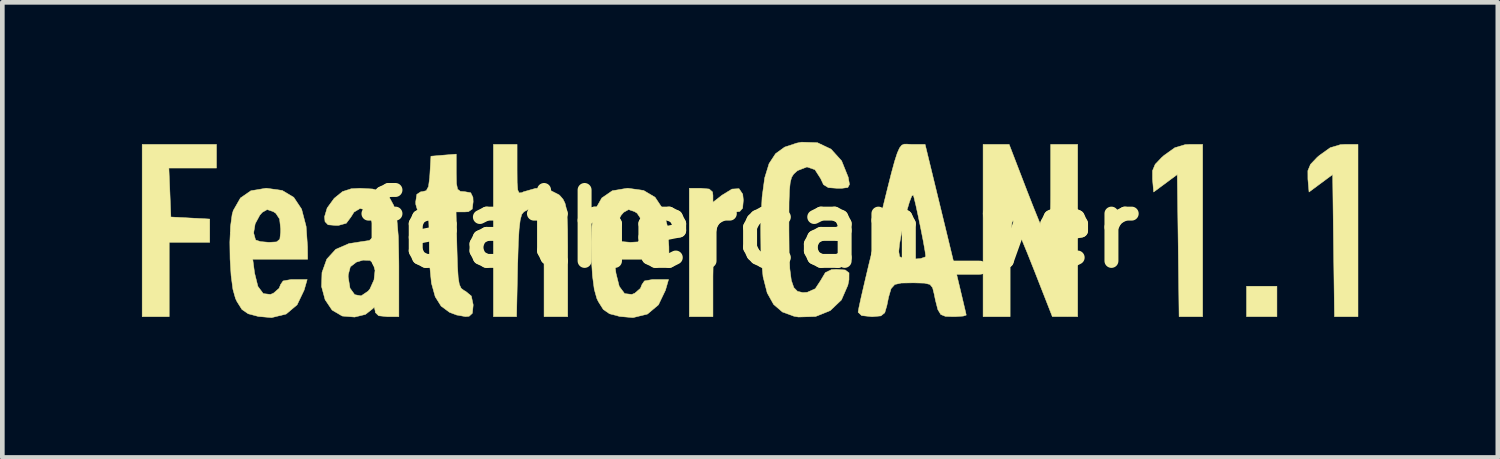
<source format=kicad_pcb>
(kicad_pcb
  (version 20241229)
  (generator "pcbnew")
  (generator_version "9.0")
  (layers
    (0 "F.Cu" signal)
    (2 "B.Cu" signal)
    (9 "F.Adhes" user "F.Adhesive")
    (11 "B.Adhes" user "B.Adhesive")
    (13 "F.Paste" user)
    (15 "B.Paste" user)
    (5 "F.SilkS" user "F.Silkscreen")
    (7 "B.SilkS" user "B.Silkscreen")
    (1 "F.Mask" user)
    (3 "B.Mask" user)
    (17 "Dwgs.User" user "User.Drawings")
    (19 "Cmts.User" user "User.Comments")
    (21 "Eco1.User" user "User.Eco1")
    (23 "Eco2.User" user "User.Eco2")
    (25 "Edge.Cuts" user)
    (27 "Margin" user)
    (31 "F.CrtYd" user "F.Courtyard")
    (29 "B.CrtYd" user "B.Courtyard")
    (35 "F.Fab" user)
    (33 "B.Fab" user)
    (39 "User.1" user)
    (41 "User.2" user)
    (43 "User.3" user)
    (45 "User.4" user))
  (footprint "feathercan_ver"
    (layer "F.Cu")
    (at 13.068 1.867)
    (property "Reference" "feathercan_ver" (at 0 0 0) (layer "F.SilkS") (effects (font (size 1.524 1.524) (thickness 0.3))))
    (attr through_hole)
    (fp_poly (pts (xy 11.321 1.887) (xy 10.668 1.887) (xy 10.668 1.234) (xy 11.321 1.234) (xy 11.321 1.887)) (stroke (width 0.01) (type solid)) (fill yes) (layer "F.SilkS"))
    (fp_poly (pts (xy -11.466 -1.306) (xy -12.489 -1.306) (xy -12.467 -0.78) (xy -12.446 -0.254) (xy -12.029 -0.232) (xy -11.611 -0.21) (xy -11.611 0.29) (xy -12.482 0.29) (xy -12.482 1.887) (xy -13.063 1.887) (xy -13.063 -1.814) (xy -11.466 -1.814) (xy -11.466 -1.306)) (stroke (width 0.01) (type solid)) (fill yes) (layer "F.SilkS"))
    (fp_poly (pts (xy 9.725 1.887) (xy 9.219 1.887) (xy 9.2 0.36) (xy 9.18 -1.167) (xy 8.926 -0.979) (xy 8.672 -0.791) (xy 8.648 -1.067) (xy 8.648 -1.249) (xy 8.705 -1.386) (xy 8.847 -1.535) (xy 8.896 -1.578) (xy 9.127 -1.743) (xy 9.349 -1.809) (xy 9.446 -1.814) (xy 9.725 -1.814) (xy 9.725 1.887)) (stroke (width 0.01) (type solid)) (fill yes) (layer "F.SilkS"))
    (fp_poly (pts (xy 13.063 1.887) (xy 12.558 1.887) (xy 12.538 0.36) (xy 12.519 -1.167) (xy 12.265 -0.979) (xy 12.011 -0.791) (xy 11.987 -1.067) (xy 11.986 -1.249) (xy 12.043 -1.386) (xy 12.185 -1.535) (xy 12.235 -1.578) (xy 12.466 -1.743) (xy 12.687 -1.809) (xy 12.785 -1.814) (xy 13.063 -1.814) (xy 13.063 1.887)) (stroke (width 0.01) (type solid)) (fill yes) (layer "F.SilkS"))
    (fp_poly (pts (xy -0.878 -0.855) (xy -0.807 -0.792) (xy -0.798 -0.72) (xy -0.798 -0.57) (xy -0.607 -0.72) (xy -0.389 -0.854) (xy -0.238 -0.863) (xy -0.158 -0.745) (xy -0.145 -0.617) (xy -0.16 -0.444) (xy -0.222 -0.373) (xy -0.308 -0.362) (xy -0.484 -0.335) (xy -0.613 -0.247) (xy -0.704 -0.081) (xy -0.761 0.179) (xy -0.79 0.552) (xy -0.798 1.021) (xy -0.798 1.887) (xy -1.306 1.887) (xy -1.306 -0.871) (xy -1.052 -0.871) (xy -0.878 -0.855)) (stroke (width 0.01) (type solid)) (fill yes) (layer "F.SilkS"))
    (fp_poly (pts (xy 5.951 -0.816) (xy 6.091 -0.459) (xy 6.217 -0.148) (xy 6.318 0.089) (xy 6.383 0.228) (xy 6.397 0.25) (xy 6.419 0.207) (xy 6.437 0.042) (xy 6.451 -0.224) (xy 6.458 -0.568) (xy 6.459 -0.747) (xy 6.459 -1.814) (xy 7.039 -1.814) (xy 7.039 1.887) (xy 6.767 1.886) (xy 6.495 1.886) (xy 6.104 0.888) (xy 5.962 0.531) (xy 5.834 0.221) (xy 5.731 -0.016) (xy 5.665 -0.155) (xy 5.65 -0.178) (xy 5.628 -0.135) (xy 5.609 0.031) (xy 5.596 0.3) (xy 5.589 0.65) (xy 5.588 0.82) (xy 5.588 1.887) (xy 5.007 1.887) (xy 5.007 -1.814) (xy 5.567 -1.814) (xy 5.951 -0.816)) (stroke (width 0.01) (type solid)) (fill yes) (layer "F.SilkS"))
    (fp_poly (pts (xy -5.007 -1.267) (xy -5.005 -0.992) (xy -4.993 -0.835) (xy -4.963 -0.772) (xy -4.908 -0.776) (xy -4.867 -0.796) (xy -4.606 -0.87) (xy -4.332 -0.846) (xy -4.106 -0.731) (xy -4.077 -0.703) (xy -4.018 -0.633) (xy -3.977 -0.55) (xy -3.948 -0.432) (xy -3.931 -0.254) (xy -3.922 0.007) (xy -3.919 0.374) (xy -3.919 0.676) (xy -3.919 1.887) (xy -4.427 1.887) (xy -4.427 0.84) (xy -4.43 0.411) (xy -4.439 0.104) (xy -4.458 -0.104) (xy -4.489 -0.235) (xy -4.533 -0.313) (xy -4.541 -0.321) (xy -4.666 -0.42) (xy -4.78 -0.411) (xy -4.862 -0.365) (xy -4.907 -0.309) (xy -4.939 -0.193) (xy -4.963 0.004) (xy -4.98 0.302) (xy -4.993 0.722) (xy -4.995 0.795) (xy -5.018 1.887) (xy -5.515 1.887) (xy -5.515 -1.814) (xy -5.007 -1.814) (xy -5.007 -1.267)) (stroke (width 0.01) (type solid)) (fill yes) (layer "F.SilkS"))
    (fp_poly (pts (xy -6.314 -1.202) (xy -6.309 -0.972) (xy -6.285 -0.851) (xy -6.225 -0.805) (xy -6.132 -0.798) (xy -6.003 -0.775) (xy -5.955 -0.675) (xy -5.951 -0.581) (xy -5.97 -0.425) (xy -6.053 -0.368) (xy -6.135 -0.363) (xy -6.318 -0.363) (xy -6.298 0.454) (xy -6.287 0.809) (xy -6.272 1.047) (xy -6.248 1.194) (xy -6.209 1.278) (xy -6.148 1.325) (xy -6.114 1.342) (xy -5.99 1.444) (xy -5.951 1.628) (xy -5.951 1.65) (xy -5.968 1.815) (xy -6.038 1.879) (xy -6.114 1.886) (xy -6.306 1.852) (xy -6.459 1.794) (xy -6.639 1.661) (xy -6.766 1.459) (xy -6.847 1.167) (xy -6.887 0.765) (xy -6.894 0.417) (xy -6.896 0.073) (xy -6.904 -0.152) (xy -6.924 -0.283) (xy -6.96 -0.344) (xy -7.017 -0.362) (xy -7.039 -0.363) (xy -7.146 -0.397) (xy -7.183 -0.524) (xy -7.185 -0.581) (xy -7.161 -0.741) (xy -7.076 -0.796) (xy -7.043 -0.798) (xy -6.958 -0.82) (xy -6.91 -0.909) (xy -6.885 -1.099) (xy -6.88 -1.179) (xy -6.858 -1.56) (xy -6.586 -1.583) (xy -6.314 -1.605) (xy -6.314 -1.202)) (stroke (width 0.01) (type solid)) (fill yes) (layer "F.SilkS"))
    (fp_poly (pts (xy -10.052 -0.824) (xy -9.806 -0.677) (xy -9.637 -0.423) (xy -9.54 -0.052) (xy -9.51 0.381) (xy -9.507 0.653) (xy -10.687 0.653) (xy -10.647 0.953) (xy -10.576 1.238) (xy -10.461 1.392) (xy -10.306 1.41) (xy -10.241 1.383) (xy -10.121 1.279) (xy -10.087 1.195) (xy -10.035 1.12) (xy -9.866 1.09) (xy -9.802 1.089) (xy -9.517 1.089) (xy -9.583 1.318) (xy -9.734 1.633) (xy -9.969 1.831) (xy -10.282 1.908) (xy -10.566 1.883) (xy -10.785 1.825) (xy -10.919 1.733) (xy -11.026 1.563) (xy -11.058 1.496) (xy -11.113 1.3) (xy -11.152 1.004) (xy -11.174 0.652) (xy -11.179 0.286) (xy -11.17 0.088) (xy -10.668 0.088) (xy -10.628 0.233) (xy -10.62 0.242) (xy -10.52 0.275) (xy -10.344 0.29) (xy -10.329 0.29) (xy -10.174 0.281) (xy -10.105 0.223) (xy -10.088 0.077) (xy -10.087 0.003) (xy -10.11 -0.211) (xy -10.191 -0.334) (xy -10.246 -0.37) (xy -10.376 -0.414) (xy -10.481 -0.355) (xy -10.536 -0.292) (xy -10.635 -0.108) (xy -10.668 0.088) (xy -11.17 0.088) (xy -11.165 -0.048) (xy -11.13 -0.307) (xy -11.106 -0.392) (xy -10.951 -0.663) (xy -10.727 -0.818) (xy -10.409 -0.871) (xy -10.382 -0.871) (xy -10.052 -0.824)) (stroke (width 0.01) (type solid)) (fill yes) (layer "F.SilkS"))
    (fp_poly (pts (xy -2.287 -0.824) (xy -2.041 -0.677) (xy -1.872 -0.423) (xy -1.775 -0.052) (xy -1.745 0.381) (xy -1.742 0.653) (xy -2.922 0.653) (xy -2.882 0.953) (xy -2.811 1.238) (xy -2.696 1.392) (xy -2.541 1.41) (xy -2.476 1.383) (xy -2.356 1.279) (xy -2.322 1.195) (xy -2.27 1.12) (xy -2.101 1.09) (xy -2.037 1.089) (xy -1.752 1.089) (xy -1.818 1.318) (xy -1.969 1.633) (xy -2.204 1.831) (xy -2.516 1.908) (xy -2.801 1.883) (xy -3.02 1.825) (xy -3.154 1.733) (xy -3.261 1.563) (xy -3.293 1.496) (xy -3.348 1.3) (xy -3.387 1.004) (xy -3.409 0.652) (xy -3.414 0.286) (xy -3.405 0.088) (xy -2.903 0.088) (xy -2.863 0.233) (xy -2.854 0.242) (xy -2.755 0.275) (xy -2.579 0.29) (xy -2.564 0.29) (xy -2.409 0.281) (xy -2.34 0.223) (xy -2.323 0.077) (xy -2.322 0.003) (xy -2.345 -0.211) (xy -2.426 -0.334) (xy -2.481 -0.37) (xy -2.611 -0.414) (xy -2.716 -0.355) (xy -2.771 -0.292) (xy -2.869 -0.108) (xy -2.903 0.088) (xy -3.405 0.088) (xy -3.399 -0.048) (xy -3.365 -0.307) (xy -3.341 -0.392) (xy -3.186 -0.663) (xy -2.961 -0.818) (xy -2.644 -0.871) (xy -2.617 -0.871) (xy -2.287 -0.824)) (stroke (width 0.01) (type solid)) (fill yes) (layer "F.SilkS"))
    (fp_poly (pts (xy 1.447 -1.851) (xy 1.74 -1.712) (xy 1.967 -1.461) (xy 2.107 -1.114) (xy 2.109 -1.107) (xy 2.136 -0.955) (xy 2.101 -0.888) (xy 1.971 -0.871) (xy 1.875 -0.871) (xy 1.682 -0.885) (xy 1.578 -0.949) (xy 1.516 -1.081) (xy 1.394 -1.271) (xy 1.222 -1.33) (xy 1.022 -1.252) (xy 0.998 -1.233) (xy 0.936 -1.176) (xy 0.892 -1.106) (xy 0.863 -0.998) (xy 0.846 -0.829) (xy 0.837 -0.574) (xy 0.835 -0.211) (xy 0.835 0.019) (xy 0.839 0.503) (xy 0.854 0.86) (xy 0.886 1.107) (xy 0.94 1.263) (xy 1.02 1.344) (xy 1.133 1.37) (xy 1.228 1.364) (xy 1.401 1.287) (xy 1.519 1.107) (xy 1.617 0.941) (xy 1.749 0.877) (xy 1.852 0.871) (xy 2.044 0.884) (xy 2.126 0.947) (xy 2.125 1.095) (xy 2.101 1.212) (xy 1.963 1.528) (xy 1.723 1.757) (xy 1.407 1.884) (xy 1.039 1.895) (xy 0.945 1.879) (xy 0.696 1.788) (xy 0.506 1.625) (xy 0.368 1.377) (xy 0.279 1.029) (xy 0.234 0.569) (xy 0.228 -0.016) (xy 0.231 -0.141) (xy 0.258 -0.681) (xy 0.314 -1.095) (xy 0.408 -1.401) (xy 0.548 -1.615) (xy 0.743 -1.756) (xy 1.003 -1.842) (xy 1.108 -1.862) (xy 1.447 -1.851)) (stroke (width 0.01) (type solid)) (fill yes) (layer "F.SilkS"))
    (fp_poly (pts (xy -8.113 -0.856) (xy -7.907 -0.8) (xy -7.757 -0.685) (xy -7.655 -0.497) (xy -7.591 -0.217) (xy -7.558 0.172) (xy -7.548 0.685) (xy -7.547 0.795) (xy -7.547 1.887) (xy -7.801 1.887) (xy -7.981 1.868) (xy -8.052 1.8) (xy -8.057 1.76) (xy -8.075 1.684) (xy -8.112 1.719) (xy -8.265 1.839) (xy -8.498 1.896) (xy -8.757 1.875) (xy -8.768 1.872) (xy -8.982 1.746) (xy -9.132 1.523) (xy -9.208 1.241) (xy -9.202 1.036) (xy -8.636 1.036) (xy -8.597 1.276) (xy -8.496 1.415) (xy -8.358 1.441) (xy -8.207 1.339) (xy -8.168 1.29) (xy -8.081 1.097) (xy -8.059 0.894) (xy -8.103 0.735) (xy -8.169 0.678) (xy -8.318 0.673) (xy -8.459 0.715) (xy -8.59 0.816) (xy -8.635 0.987) (xy -8.636 1.036) (xy -9.202 1.036) (xy -9.199 0.939) (xy -9.097 0.654) (xy -9.094 0.649) (xy -8.904 0.441) (xy -8.619 0.317) (xy -8.346 0.275) (xy -8.181 0.251) (xy -8.112 0.187) (xy -8.099 0.037) (xy -8.101 -0.026) (xy -8.147 -0.258) (xy -8.25 -0.399) (xy -8.381 -0.438) (xy -8.511 -0.359) (xy -8.577 -0.254) (xy -8.677 -0.12) (xy -8.843 -0.074) (xy -8.902 -0.073) (xy -9.068 -0.087) (xy -9.134 -0.154) (xy -9.144 -0.26) (xy -9.088 -0.447) (xy -8.943 -0.647) (xy -8.932 -0.659) (xy -8.758 -0.8) (xy -8.571 -0.861) (xy -8.383 -0.871) (xy -8.113 -0.856)) (stroke (width 0.01) (type solid)) (fill yes) (layer "F.SilkS"))
    (fp_poly (pts (xy 3.449 -1.815) (xy 3.48 -1.814) (xy 3.761 -1.814) (xy 4.203 0.004) (xy 4.322 0.496) (xy 4.429 0.939) (xy 4.519 1.316) (xy 4.588 1.607) (xy 4.632 1.793) (xy 4.645 1.854) (xy 4.58 1.875) (xy 4.42 1.886) (xy 4.359 1.887) (xy 4.197 1.881) (xy 4.098 1.841) (xy 4.035 1.736) (xy 3.983 1.534) (xy 3.955 1.397) (xy 3.922 1.265) (xy 3.865 1.195) (xy 3.747 1.167) (xy 3.527 1.161) (xy 3.483 1.161) (xy 3.248 1.165) (xy 3.109 1.196) (xy 3.03 1.285) (xy 2.977 1.465) (xy 2.939 1.651) (xy 2.894 1.804) (xy 2.811 1.871) (xy 2.64 1.887) (xy 2.607 1.887) (xy 2.397 1.864) (xy 2.323 1.794) (xy 2.322 1.788) (xy 2.339 1.691) (xy 2.386 1.475) (xy 2.458 1.164) (xy 2.549 0.779) (xy 2.62 0.49) (xy 3.195 0.49) (xy 3.213 0.596) (xy 3.296 0.642) (xy 3.483 0.653) (xy 3.665 0.639) (xy 3.766 0.603) (xy 3.774 0.588) (xy 3.759 0.477) (xy 3.722 0.267) (xy 3.67 0.003) (xy 3.613 -0.273) (xy 3.56 -0.517) (xy 3.519 -0.685) (xy 3.506 -0.726) (xy 3.475 -0.708) (xy 3.426 -0.582) (xy 3.366 -0.381) (xy 3.304 -0.139) (xy 3.25 0.11) (xy 3.21 0.334) (xy 3.195 0.49) (xy 2.62 0.49) (xy 2.655 0.342) (xy 2.688 0.21) (xy 2.833 -0.379) (xy 2.947 -0.842) (xy 3.036 -1.195) (xy 3.106 -1.452) (xy 3.163 -1.628) (xy 3.212 -1.738) (xy 3.259 -1.797) (xy 3.311 -1.819) (xy 3.372 -1.82) (xy 3.449 -1.815)) (stroke (width 0.01) (type solid)) (fill yes) (layer "F.SilkS")))
  (gr_rect
    (start -3 -3)
    (end 29.136 6.78)
    (stroke (width 0.1) (type default))
    (fill no)
    (layer "Edge.Cuts")))
</source>
